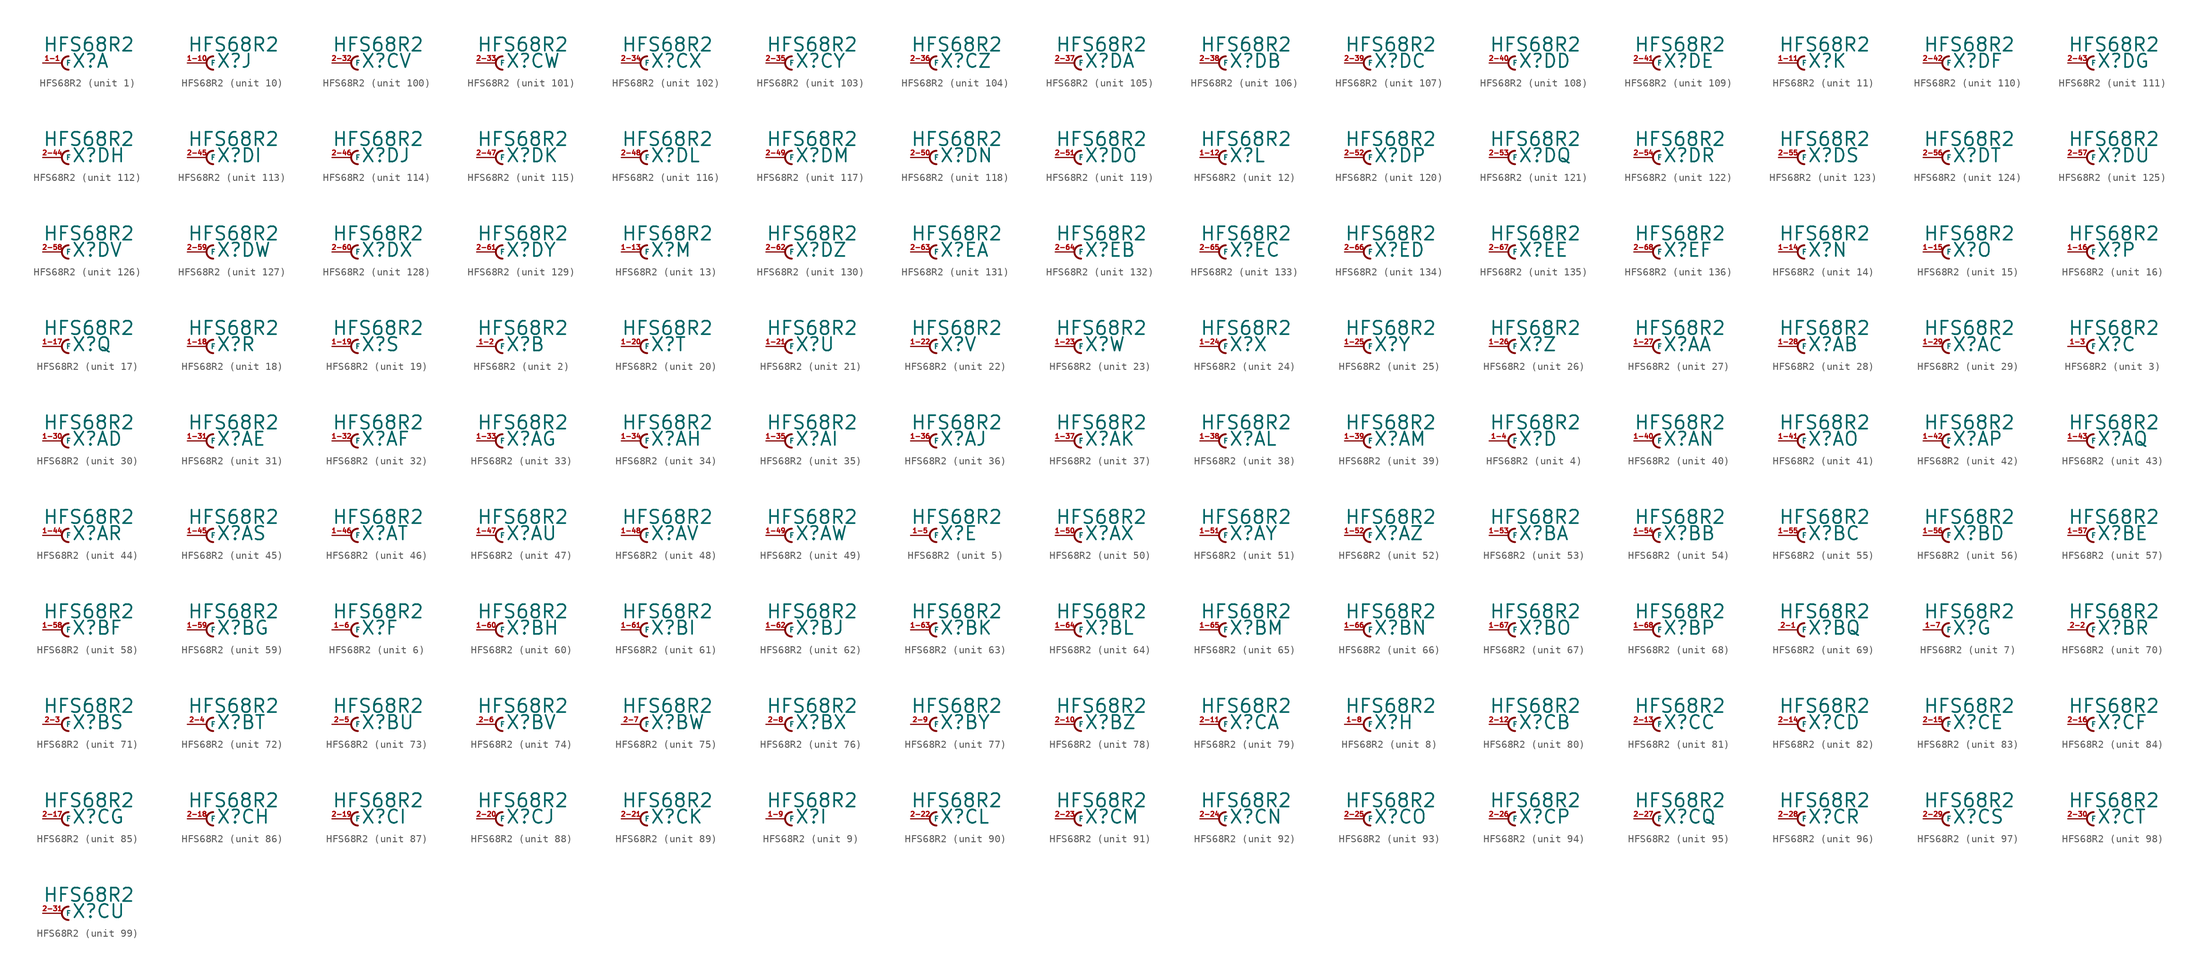
<source format=kicad_sym>
(kicad_symbol_lib
  (version 20220914)
  (generator Eagle2Kicad)
  (symbol "HFS68R2"
    (property "Reference" "X"
      (at 1.27 -0.762 0)
      (effects (font (size 1.778 1.778) (thickness 0.22)) (justify left bottom)))
    (property "Value" "HFS68R2"
      (at -2.54 1.397 0)
      (effects (font (size 1.778 1.778) (thickness 0.22)) (justify left bottom)))
    (symbol "HFS68R2_1_0"
      (arc (start 0.889 0.889) (mid 0.000 0.000) (end 0.889 -0.889) (stroke (width 0.254) (type default)) (fill (type none)))
      (pin passive line (at -2.54 0 0) (length 2.54) (name "F" (effects (font (size 0.635 0.635) (thickness 0.08)) (justify left bottom))) (number "1-1" (effects (font (size 0.635 0.635) (thickness 0.08)) (justify left bottom)))))
    (symbol "HFS68R2_2_0"
      (arc (start 0.889 0.889) (mid 0.000 0.000) (end 0.889 -0.889) (stroke (width 0.254) (type default)) (fill (type none)))
      (pin passive line (at -2.54 0 0) (length 2.54) (name "F" (effects (font (size 0.635 0.635) (thickness 0.08)) (justify left bottom))) (number "1-2" (effects (font (size 0.635 0.635) (thickness 0.08)) (justify left bottom)))))
    (symbol "HFS68R2_3_0"
      (arc (start 0.889 0.889) (mid 0.000 0.000) (end 0.889 -0.889) (stroke (width 0.254) (type default)) (fill (type none)))
      (pin passive line (at -2.54 0 0) (length 2.54) (name "F" (effects (font (size 0.635 0.635) (thickness 0.08)) (justify left bottom))) (number "1-3" (effects (font (size 0.635 0.635) (thickness 0.08)) (justify left bottom)))))
    (symbol "HFS68R2_4_0"
      (arc (start 0.889 0.889) (mid 0.000 0.000) (end 0.889 -0.889) (stroke (width 0.254) (type default)) (fill (type none)))
      (pin passive line (at -2.54 0 0) (length 2.54) (name "F" (effects (font (size 0.635 0.635) (thickness 0.08)) (justify left bottom))) (number "1-4" (effects (font (size 0.635 0.635) (thickness 0.08)) (justify left bottom)))))
    (symbol "HFS68R2_5_0"
      (arc (start 0.889 0.889) (mid 0.000 0.000) (end 0.889 -0.889) (stroke (width 0.254) (type default)) (fill (type none)))
      (pin passive line (at -2.54 0 0) (length 2.54) (name "F" (effects (font (size 0.635 0.635) (thickness 0.08)) (justify left bottom))) (number "1-5" (effects (font (size 0.635 0.635) (thickness 0.08)) (justify left bottom)))))
    (symbol "HFS68R2_6_0"
      (arc (start 0.889 0.889) (mid 0.000 0.000) (end 0.889 -0.889) (stroke (width 0.254) (type default)) (fill (type none)))
      (pin passive line (at -2.54 0 0) (length 2.54) (name "F" (effects (font (size 0.635 0.635) (thickness 0.08)) (justify left bottom))) (number "1-6" (effects (font (size 0.635 0.635) (thickness 0.08)) (justify left bottom)))))
    (symbol "HFS68R2_7_0"
      (arc (start 0.889 0.889) (mid 0.000 0.000) (end 0.889 -0.889) (stroke (width 0.254) (type default)) (fill (type none)))
      (pin passive line (at -2.54 0 0) (length 2.54) (name "F" (effects (font (size 0.635 0.635) (thickness 0.08)) (justify left bottom))) (number "1-7" (effects (font (size 0.635 0.635) (thickness 0.08)) (justify left bottom)))))
    (symbol "HFS68R2_8_0"
      (arc (start 0.889 0.889) (mid 0.000 0.000) (end 0.889 -0.889) (stroke (width 0.254) (type default)) (fill (type none)))
      (pin passive line (at -2.54 0 0) (length 2.54) (name "F" (effects (font (size 0.635 0.635) (thickness 0.08)) (justify left bottom))) (number "1-8" (effects (font (size 0.635 0.635) (thickness 0.08)) (justify left bottom)))))
    (symbol "HFS68R2_9_0"
      (arc (start 0.889 0.889) (mid 0.000 0.000) (end 0.889 -0.889) (stroke (width 0.254) (type default)) (fill (type none)))
      (pin passive line (at -2.54 0 0) (length 2.54) (name "F" (effects (font (size 0.635 0.635) (thickness 0.08)) (justify left bottom))) (number "1-9" (effects (font (size 0.635 0.635) (thickness 0.08)) (justify left bottom)))))
    (symbol "HFS68R2_10_0"
      (arc (start 0.889 0.889) (mid 0.000 0.000) (end 0.889 -0.889) (stroke (width 0.254) (type default)) (fill (type none)))
      (pin passive line (at -2.54 0 0) (length 2.54) (name "F" (effects (font (size 0.635 0.635) (thickness 0.08)) (justify left bottom))) (number "1-10" (effects (font (size 0.635 0.635) (thickness 0.08)) (justify left bottom)))))
    (symbol "HFS68R2_11_0"
      (arc (start 0.889 0.889) (mid 0.000 0.000) (end 0.889 -0.889) (stroke (width 0.254) (type default)) (fill (type none)))
      (pin passive line (at -2.54 0 0) (length 2.54) (name "F" (effects (font (size 0.635 0.635) (thickness 0.08)) (justify left bottom))) (number "1-11" (effects (font (size 0.635 0.635) (thickness 0.08)) (justify left bottom)))))
    (symbol "HFS68R2_12_0"
      (arc (start 0.889 0.889) (mid 0.000 0.000) (end 0.889 -0.889) (stroke (width 0.254) (type default)) (fill (type none)))
      (pin passive line (at -2.54 0 0) (length 2.54) (name "F" (effects (font (size 0.635 0.635) (thickness 0.08)) (justify left bottom))) (number "1-12" (effects (font (size 0.635 0.635) (thickness 0.08)) (justify left bottom)))))
    (symbol "HFS68R2_13_0"
      (arc (start 0.889 0.889) (mid 0.000 0.000) (end 0.889 -0.889) (stroke (width 0.254) (type default)) (fill (type none)))
      (pin passive line (at -2.54 0 0) (length 2.54) (name "F" (effects (font (size 0.635 0.635) (thickness 0.08)) (justify left bottom))) (number "1-13" (effects (font (size 0.635 0.635) (thickness 0.08)) (justify left bottom)))))
    (symbol "HFS68R2_14_0"
      (arc (start 0.889 0.889) (mid 0.000 0.000) (end 0.889 -0.889) (stroke (width 0.254) (type default)) (fill (type none)))
      (pin passive line (at -2.54 0 0) (length 2.54) (name "F" (effects (font (size 0.635 0.635) (thickness 0.08)) (justify left bottom))) (number "1-14" (effects (font (size 0.635 0.635) (thickness 0.08)) (justify left bottom)))))
    (symbol "HFS68R2_15_0"
      (arc (start 0.889 0.889) (mid 0.000 0.000) (end 0.889 -0.889) (stroke (width 0.254) (type default)) (fill (type none)))
      (pin passive line (at -2.54 0 0) (length 2.54) (name "F" (effects (font (size 0.635 0.635) (thickness 0.08)) (justify left bottom))) (number "1-15" (effects (font (size 0.635 0.635) (thickness 0.08)) (justify left bottom)))))
    (symbol "HFS68R2_16_0"
      (arc (start 0.889 0.889) (mid 0.000 0.000) (end 0.889 -0.889) (stroke (width 0.254) (type default)) (fill (type none)))
      (pin passive line (at -2.54 0 0) (length 2.54) (name "F" (effects (font (size 0.635 0.635) (thickness 0.08)) (justify left bottom))) (number "1-16" (effects (font (size 0.635 0.635) (thickness 0.08)) (justify left bottom)))))
    (symbol "HFS68R2_17_0"
      (arc (start 0.889 0.889) (mid 0.000 0.000) (end 0.889 -0.889) (stroke (width 0.254) (type default)) (fill (type none)))
      (pin passive line (at -2.54 0 0) (length 2.54) (name "F" (effects (font (size 0.635 0.635) (thickness 0.08)) (justify left bottom))) (number "1-17" (effects (font (size 0.635 0.635) (thickness 0.08)) (justify left bottom)))))
    (symbol "HFS68R2_18_0"
      (arc (start 0.889 0.889) (mid 0.000 0.000) (end 0.889 -0.889) (stroke (width 0.254) (type default)) (fill (type none)))
      (pin passive line (at -2.54 0 0) (length 2.54) (name "F" (effects (font (size 0.635 0.635) (thickness 0.08)) (justify left bottom))) (number "1-18" (effects (font (size 0.635 0.635) (thickness 0.08)) (justify left bottom)))))
    (symbol "HFS68R2_19_0"
      (arc (start 0.889 0.889) (mid 0.000 0.000) (end 0.889 -0.889) (stroke (width 0.254) (type default)) (fill (type none)))
      (pin passive line (at -2.54 0 0) (length 2.54) (name "F" (effects (font (size 0.635 0.635) (thickness 0.08)) (justify left bottom))) (number "1-19" (effects (font (size 0.635 0.635) (thickness 0.08)) (justify left bottom)))))
    (symbol "HFS68R2_20_0"
      (arc (start 0.889 0.889) (mid 0.000 0.000) (end 0.889 -0.889) (stroke (width 0.254) (type default)) (fill (type none)))
      (pin passive line (at -2.54 0 0) (length 2.54) (name "F" (effects (font (size 0.635 0.635) (thickness 0.08)) (justify left bottom))) (number "1-20" (effects (font (size 0.635 0.635) (thickness 0.08)) (justify left bottom)))))
    (symbol "HFS68R2_21_0"
      (arc (start 0.889 0.889) (mid 0.000 0.000) (end 0.889 -0.889) (stroke (width 0.254) (type default)) (fill (type none)))
      (pin passive line (at -2.54 0 0) (length 2.54) (name "F" (effects (font (size 0.635 0.635) (thickness 0.08)) (justify left bottom))) (number "1-21" (effects (font (size 0.635 0.635) (thickness 0.08)) (justify left bottom)))))
    (symbol "HFS68R2_22_0"
      (arc (start 0.889 0.889) (mid 0.000 0.000) (end 0.889 -0.889) (stroke (width 0.254) (type default)) (fill (type none)))
      (pin passive line (at -2.54 0 0) (length 2.54) (name "F" (effects (font (size 0.635 0.635) (thickness 0.08)) (justify left bottom))) (number "1-22" (effects (font (size 0.635 0.635) (thickness 0.08)) (justify left bottom)))))
    (symbol "HFS68R2_23_0"
      (arc (start 0.889 0.889) (mid 0.000 0.000) (end 0.889 -0.889) (stroke (width 0.254) (type default)) (fill (type none)))
      (pin passive line (at -2.54 0 0) (length 2.54) (name "F" (effects (font (size 0.635 0.635) (thickness 0.08)) (justify left bottom))) (number "1-23" (effects (font (size 0.635 0.635) (thickness 0.08)) (justify left bottom)))))
    (symbol "HFS68R2_24_0"
      (arc (start 0.889 0.889) (mid 0.000 0.000) (end 0.889 -0.889) (stroke (width 0.254) (type default)) (fill (type none)))
      (pin passive line (at -2.54 0 0) (length 2.54) (name "F" (effects (font (size 0.635 0.635) (thickness 0.08)) (justify left bottom))) (number "1-24" (effects (font (size 0.635 0.635) (thickness 0.08)) (justify left bottom)))))
    (symbol "HFS68R2_25_0"
      (arc (start 0.889 0.889) (mid 0.000 0.000) (end 0.889 -0.889) (stroke (width 0.254) (type default)) (fill (type none)))
      (pin passive line (at -2.54 0 0) (length 2.54) (name "F" (effects (font (size 0.635 0.635) (thickness 0.08)) (justify left bottom))) (number "1-25" (effects (font (size 0.635 0.635) (thickness 0.08)) (justify left bottom)))))
    (symbol "HFS68R2_26_0"
      (arc (start 0.889 0.889) (mid 0.000 0.000) (end 0.889 -0.889) (stroke (width 0.254) (type default)) (fill (type none)))
      (pin passive line (at -2.54 0 0) (length 2.54) (name "F" (effects (font (size 0.635 0.635) (thickness 0.08)) (justify left bottom))) (number "1-26" (effects (font (size 0.635 0.635) (thickness 0.08)) (justify left bottom)))))
    (symbol "HFS68R2_27_0"
      (arc (start 0.889 0.889) (mid 0.000 0.000) (end 0.889 -0.889) (stroke (width 0.254) (type default)) (fill (type none)))
      (pin passive line (at -2.54 0 0) (length 2.54) (name "F" (effects (font (size 0.635 0.635) (thickness 0.08)) (justify left bottom))) (number "1-27" (effects (font (size 0.635 0.635) (thickness 0.08)) (justify left bottom)))))
    (symbol "HFS68R2_28_0"
      (arc (start 0.889 0.889) (mid 0.000 0.000) (end 0.889 -0.889) (stroke (width 0.254) (type default)) (fill (type none)))
      (pin passive line (at -2.54 0 0) (length 2.54) (name "F" (effects (font (size 0.635 0.635) (thickness 0.08)) (justify left bottom))) (number "1-28" (effects (font (size 0.635 0.635) (thickness 0.08)) (justify left bottom)))))
    (symbol "HFS68R2_29_0"
      (arc (start 0.889 0.889) (mid 0.000 0.000) (end 0.889 -0.889) (stroke (width 0.254) (type default)) (fill (type none)))
      (pin passive line (at -2.54 0 0) (length 2.54) (name "F" (effects (font (size 0.635 0.635) (thickness 0.08)) (justify left bottom))) (number "1-29" (effects (font (size 0.635 0.635) (thickness 0.08)) (justify left bottom)))))
    (symbol "HFS68R2_30_0"
      (arc (start 0.889 0.889) (mid 0.000 0.000) (end 0.889 -0.889) (stroke (width 0.254) (type default)) (fill (type none)))
      (pin passive line (at -2.54 0 0) (length 2.54) (name "F" (effects (font (size 0.635 0.635) (thickness 0.08)) (justify left bottom))) (number "1-30" (effects (font (size 0.635 0.635) (thickness 0.08)) (justify left bottom)))))
    (symbol "HFS68R2_31_0"
      (arc (start 0.889 0.889) (mid 0.000 0.000) (end 0.889 -0.889) (stroke (width 0.254) (type default)) (fill (type none)))
      (pin passive line (at -2.54 0 0) (length 2.54) (name "F" (effects (font (size 0.635 0.635) (thickness 0.08)) (justify left bottom))) (number "1-31" (effects (font (size 0.635 0.635) (thickness 0.08)) (justify left bottom)))))
    (symbol "HFS68R2_32_0"
      (arc (start 0.889 0.889) (mid 0.000 0.000) (end 0.889 -0.889) (stroke (width 0.254) (type default)) (fill (type none)))
      (pin passive line (at -2.54 0 0) (length 2.54) (name "F" (effects (font (size 0.635 0.635) (thickness 0.08)) (justify left bottom))) (number "1-32" (effects (font (size 0.635 0.635) (thickness 0.08)) (justify left bottom)))))
    (symbol "HFS68R2_33_0"
      (arc (start 0.889 0.889) (mid 0.000 0.000) (end 0.889 -0.889) (stroke (width 0.254) (type default)) (fill (type none)))
      (pin passive line (at -2.54 0 0) (length 2.54) (name "F" (effects (font (size 0.635 0.635) (thickness 0.08)) (justify left bottom))) (number "1-33" (effects (font (size 0.635 0.635) (thickness 0.08)) (justify left bottom)))))
    (symbol "HFS68R2_34_0"
      (arc (start 0.889 0.889) (mid 0.000 0.000) (end 0.889 -0.889) (stroke (width 0.254) (type default)) (fill (type none)))
      (pin passive line (at -2.54 0 0) (length 2.54) (name "F" (effects (font (size 0.635 0.635) (thickness 0.08)) (justify left bottom))) (number "1-34" (effects (font (size 0.635 0.635) (thickness 0.08)) (justify left bottom)))))
    (symbol "HFS68R2_35_0"
      (arc (start 0.889 0.889) (mid 0.000 0.000) (end 0.889 -0.889) (stroke (width 0.254) (type default)) (fill (type none)))
      (pin passive line (at -2.54 0 0) (length 2.54) (name "F" (effects (font (size 0.635 0.635) (thickness 0.08)) (justify left bottom))) (number "1-35" (effects (font (size 0.635 0.635) (thickness 0.08)) (justify left bottom)))))
    (symbol "HFS68R2_36_0"
      (arc (start 0.889 0.889) (mid 0.000 0.000) (end 0.889 -0.889) (stroke (width 0.254) (type default)) (fill (type none)))
      (pin passive line (at -2.54 0 0) (length 2.54) (name "F" (effects (font (size 0.635 0.635) (thickness 0.08)) (justify left bottom))) (number "1-36" (effects (font (size 0.635 0.635) (thickness 0.08)) (justify left bottom)))))
    (symbol "HFS68R2_37_0"
      (arc (start 0.889 0.889) (mid 0.000 0.000) (end 0.889 -0.889) (stroke (width 0.254) (type default)) (fill (type none)))
      (pin passive line (at -2.54 0 0) (length 2.54) (name "F" (effects (font (size 0.635 0.635) (thickness 0.08)) (justify left bottom))) (number "1-37" (effects (font (size 0.635 0.635) (thickness 0.08)) (justify left bottom)))))
    (symbol "HFS68R2_38_0"
      (arc (start 0.889 0.889) (mid 0.000 0.000) (end 0.889 -0.889) (stroke (width 0.254) (type default)) (fill (type none)))
      (pin passive line (at -2.54 0 0) (length 2.54) (name "F" (effects (font (size 0.635 0.635) (thickness 0.08)) (justify left bottom))) (number "1-38" (effects (font (size 0.635 0.635) (thickness 0.08)) (justify left bottom)))))
    (symbol "HFS68R2_39_0"
      (arc (start 0.889 0.889) (mid 0.000 0.000) (end 0.889 -0.889) (stroke (width 0.254) (type default)) (fill (type none)))
      (pin passive line (at -2.54 0 0) (length 2.54) (name "F" (effects (font (size 0.635 0.635) (thickness 0.08)) (justify left bottom))) (number "1-39" (effects (font (size 0.635 0.635) (thickness 0.08)) (justify left bottom)))))
    (symbol "HFS68R2_40_0"
      (arc (start 0.889 0.889) (mid 0.000 0.000) (end 0.889 -0.889) (stroke (width 0.254) (type default)) (fill (type none)))
      (pin passive line (at -2.54 0 0) (length 2.54) (name "F" (effects (font (size 0.635 0.635) (thickness 0.08)) (justify left bottom))) (number "1-40" (effects (font (size 0.635 0.635) (thickness 0.08)) (justify left bottom)))))
    (symbol "HFS68R2_41_0"
      (arc (start 0.889 0.889) (mid 0.000 0.000) (end 0.889 -0.889) (stroke (width 0.254) (type default)) (fill (type none)))
      (pin passive line (at -2.54 0 0) (length 2.54) (name "F" (effects (font (size 0.635 0.635) (thickness 0.08)) (justify left bottom))) (number "1-41" (effects (font (size 0.635 0.635) (thickness 0.08)) (justify left bottom)))))
    (symbol "HFS68R2_42_0"
      (arc (start 0.889 0.889) (mid 0.000 0.000) (end 0.889 -0.889) (stroke (width 0.254) (type default)) (fill (type none)))
      (pin passive line (at -2.54 0 0) (length 2.54) (name "F" (effects (font (size 0.635 0.635) (thickness 0.08)) (justify left bottom))) (number "1-42" (effects (font (size 0.635 0.635) (thickness 0.08)) (justify left bottom)))))
    (symbol "HFS68R2_43_0"
      (arc (start 0.889 0.889) (mid 0.000 0.000) (end 0.889 -0.889) (stroke (width 0.254) (type default)) (fill (type none)))
      (pin passive line (at -2.54 0 0) (length 2.54) (name "F" (effects (font (size 0.635 0.635) (thickness 0.08)) (justify left bottom))) (number "1-43" (effects (font (size 0.635 0.635) (thickness 0.08)) (justify left bottom)))))
    (symbol "HFS68R2_44_0"
      (arc (start 0.889 0.889) (mid 0.000 0.000) (end 0.889 -0.889) (stroke (width 0.254) (type default)) (fill (type none)))
      (pin passive line (at -2.54 0 0) (length 2.54) (name "F" (effects (font (size 0.635 0.635) (thickness 0.08)) (justify left bottom))) (number "1-44" (effects (font (size 0.635 0.635) (thickness 0.08)) (justify left bottom)))))
    (symbol "HFS68R2_45_0"
      (arc (start 0.889 0.889) (mid 0.000 0.000) (end 0.889 -0.889) (stroke (width 0.254) (type default)) (fill (type none)))
      (pin passive line (at -2.54 0 0) (length 2.54) (name "F" (effects (font (size 0.635 0.635) (thickness 0.08)) (justify left bottom))) (number "1-45" (effects (font (size 0.635 0.635) (thickness 0.08)) (justify left bottom)))))
    (symbol "HFS68R2_46_0"
      (arc (start 0.889 0.889) (mid 0.000 0.000) (end 0.889 -0.889) (stroke (width 0.254) (type default)) (fill (type none)))
      (pin passive line (at -2.54 0 0) (length 2.54) (name "F" (effects (font (size 0.635 0.635) (thickness 0.08)) (justify left bottom))) (number "1-46" (effects (font (size 0.635 0.635) (thickness 0.08)) (justify left bottom)))))
    (symbol "HFS68R2_47_0"
      (arc (start 0.889 0.889) (mid 0.000 0.000) (end 0.889 -0.889) (stroke (width 0.254) (type default)) (fill (type none)))
      (pin passive line (at -2.54 0 0) (length 2.54) (name "F" (effects (font (size 0.635 0.635) (thickness 0.08)) (justify left bottom))) (number "1-47" (effects (font (size 0.635 0.635) (thickness 0.08)) (justify left bottom)))))
    (symbol "HFS68R2_48_0"
      (arc (start 0.889 0.889) (mid 0.000 0.000) (end 0.889 -0.889) (stroke (width 0.254) (type default)) (fill (type none)))
      (pin passive line (at -2.54 0 0) (length 2.54) (name "F" (effects (font (size 0.635 0.635) (thickness 0.08)) (justify left bottom))) (number "1-48" (effects (font (size 0.635 0.635) (thickness 0.08)) (justify left bottom)))))
    (symbol "HFS68R2_49_0"
      (arc (start 0.889 0.889) (mid 0.000 0.000) (end 0.889 -0.889) (stroke (width 0.254) (type default)) (fill (type none)))
      (pin passive line (at -2.54 0 0) (length 2.54) (name "F" (effects (font (size 0.635 0.635) (thickness 0.08)) (justify left bottom))) (number "1-49" (effects (font (size 0.635 0.635) (thickness 0.08)) (justify left bottom)))))
    (symbol "HFS68R2_50_0"
      (arc (start 0.889 0.889) (mid 0.000 0.000) (end 0.889 -0.889) (stroke (width 0.254) (type default)) (fill (type none)))
      (pin passive line (at -2.54 0 0) (length 2.54) (name "F" (effects (font (size 0.635 0.635) (thickness 0.08)) (justify left bottom))) (number "1-50" (effects (font (size 0.635 0.635) (thickness 0.08)) (justify left bottom)))))
    (symbol "HFS68R2_51_0"
      (arc (start 0.889 0.889) (mid 0.000 0.000) (end 0.889 -0.889) (stroke (width 0.254) (type default)) (fill (type none)))
      (pin passive line (at -2.54 0 0) (length 2.54) (name "F" (effects (font (size 0.635 0.635) (thickness 0.08)) (justify left bottom))) (number "1-51" (effects (font (size 0.635 0.635) (thickness 0.08)) (justify left bottom)))))
    (symbol "HFS68R2_52_0"
      (arc (start 0.889 0.889) (mid 0.000 0.000) (end 0.889 -0.889) (stroke (width 0.254) (type default)) (fill (type none)))
      (pin passive line (at -2.54 0 0) (length 2.54) (name "F" (effects (font (size 0.635 0.635) (thickness 0.08)) (justify left bottom))) (number "1-52" (effects (font (size 0.635 0.635) (thickness 0.08)) (justify left bottom)))))
    (symbol "HFS68R2_53_0"
      (arc (start 0.889 0.889) (mid 0.000 0.000) (end 0.889 -0.889) (stroke (width 0.254) (type default)) (fill (type none)))
      (pin passive line (at -2.54 0 0) (length 2.54) (name "F" (effects (font (size 0.635 0.635) (thickness 0.08)) (justify left bottom))) (number "1-53" (effects (font (size 0.635 0.635) (thickness 0.08)) (justify left bottom)))))
    (symbol "HFS68R2_54_0"
      (arc (start 0.889 0.889) (mid 0.000 0.000) (end 0.889 -0.889) (stroke (width 0.254) (type default)) (fill (type none)))
      (pin passive line (at -2.54 0 0) (length 2.54) (name "F" (effects (font (size 0.635 0.635) (thickness 0.08)) (justify left bottom))) (number "1-54" (effects (font (size 0.635 0.635) (thickness 0.08)) (justify left bottom)))))
    (symbol "HFS68R2_55_0"
      (arc (start 0.889 0.889) (mid 0.000 0.000) (end 0.889 -0.889) (stroke (width 0.254) (type default)) (fill (type none)))
      (pin passive line (at -2.54 0 0) (length 2.54) (name "F" (effects (font (size 0.635 0.635) (thickness 0.08)) (justify left bottom))) (number "1-55" (effects (font (size 0.635 0.635) (thickness 0.08)) (justify left bottom)))))
    (symbol "HFS68R2_56_0"
      (arc (start 0.889 0.889) (mid 0.000 0.000) (end 0.889 -0.889) (stroke (width 0.254) (type default)) (fill (type none)))
      (pin passive line (at -2.54 0 0) (length 2.54) (name "F" (effects (font (size 0.635 0.635) (thickness 0.08)) (justify left bottom))) (number "1-56" (effects (font (size 0.635 0.635) (thickness 0.08)) (justify left bottom)))))
    (symbol "HFS68R2_57_0"
      (arc (start 0.889 0.889) (mid 0.000 0.000) (end 0.889 -0.889) (stroke (width 0.254) (type default)) (fill (type none)))
      (pin passive line (at -2.54 0 0) (length 2.54) (name "F" (effects (font (size 0.635 0.635) (thickness 0.08)) (justify left bottom))) (number "1-57" (effects (font (size 0.635 0.635) (thickness 0.08)) (justify left bottom)))))
    (symbol "HFS68R2_58_0"
      (arc (start 0.889 0.889) (mid 0.000 0.000) (end 0.889 -0.889) (stroke (width 0.254) (type default)) (fill (type none)))
      (pin passive line (at -2.54 0 0) (length 2.54) (name "F" (effects (font (size 0.635 0.635) (thickness 0.08)) (justify left bottom))) (number "1-58" (effects (font (size 0.635 0.635) (thickness 0.08)) (justify left bottom)))))
    (symbol "HFS68R2_59_0"
      (arc (start 0.889 0.889) (mid 0.000 0.000) (end 0.889 -0.889) (stroke (width 0.254) (type default)) (fill (type none)))
      (pin passive line (at -2.54 0 0) (length 2.54) (name "F" (effects (font (size 0.635 0.635) (thickness 0.08)) (justify left bottom))) (number "1-59" (effects (font (size 0.635 0.635) (thickness 0.08)) (justify left bottom)))))
    (symbol "HFS68R2_60_0"
      (arc (start 0.889 0.889) (mid 0.000 0.000) (end 0.889 -0.889) (stroke (width 0.254) (type default)) (fill (type none)))
      (pin passive line (at -2.54 0 0) (length 2.54) (name "F" (effects (font (size 0.635 0.635) (thickness 0.08)) (justify left bottom))) (number "1-60" (effects (font (size 0.635 0.635) (thickness 0.08)) (justify left bottom)))))
    (symbol "HFS68R2_61_0"
      (arc (start 0.889 0.889) (mid 0.000 0.000) (end 0.889 -0.889) (stroke (width 0.254) (type default)) (fill (type none)))
      (pin passive line (at -2.54 0 0) (length 2.54) (name "F" (effects (font (size 0.635 0.635) (thickness 0.08)) (justify left bottom))) (number "1-61" (effects (font (size 0.635 0.635) (thickness 0.08)) (justify left bottom)))))
    (symbol "HFS68R2_62_0"
      (arc (start 0.889 0.889) (mid 0.000 0.000) (end 0.889 -0.889) (stroke (width 0.254) (type default)) (fill (type none)))
      (pin passive line (at -2.54 0 0) (length 2.54) (name "F" (effects (font (size 0.635 0.635) (thickness 0.08)) (justify left bottom))) (number "1-62" (effects (font (size 0.635 0.635) (thickness 0.08)) (justify left bottom)))))
    (symbol "HFS68R2_63_0"
      (arc (start 0.889 0.889) (mid 0.000 0.000) (end 0.889 -0.889) (stroke (width 0.254) (type default)) (fill (type none)))
      (pin passive line (at -2.54 0 0) (length 2.54) (name "F" (effects (font (size 0.635 0.635) (thickness 0.08)) (justify left bottom))) (number "1-63" (effects (font (size 0.635 0.635) (thickness 0.08)) (justify left bottom)))))
    (symbol "HFS68R2_64_0"
      (arc (start 0.889 0.889) (mid 0.000 0.000) (end 0.889 -0.889) (stroke (width 0.254) (type default)) (fill (type none)))
      (pin passive line (at -2.54 0 0) (length 2.54) (name "F" (effects (font (size 0.635 0.635) (thickness 0.08)) (justify left bottom))) (number "1-64" (effects (font (size 0.635 0.635) (thickness 0.08)) (justify left bottom)))))
    (symbol "HFS68R2_65_0"
      (arc (start 0.889 0.889) (mid 0.000 0.000) (end 0.889 -0.889) (stroke (width 0.254) (type default)) (fill (type none)))
      (pin passive line (at -2.54 0 0) (length 2.54) (name "F" (effects (font (size 0.635 0.635) (thickness 0.08)) (justify left bottom))) (number "1-65" (effects (font (size 0.635 0.635) (thickness 0.08)) (justify left bottom)))))
    (symbol "HFS68R2_66_0"
      (arc (start 0.889 0.889) (mid 0.000 0.000) (end 0.889 -0.889) (stroke (width 0.254) (type default)) (fill (type none)))
      (pin passive line (at -2.54 0 0) (length 2.54) (name "F" (effects (font (size 0.635 0.635) (thickness 0.08)) (justify left bottom))) (number "1-66" (effects (font (size 0.635 0.635) (thickness 0.08)) (justify left bottom)))))
    (symbol "HFS68R2_67_0"
      (arc (start 0.889 0.889) (mid 0.000 0.000) (end 0.889 -0.889) (stroke (width 0.254) (type default)) (fill (type none)))
      (pin passive line (at -2.54 0 0) (length 2.54) (name "F" (effects (font (size 0.635 0.635) (thickness 0.08)) (justify left bottom))) (number "1-67" (effects (font (size 0.635 0.635) (thickness 0.08)) (justify left bottom)))))
    (symbol "HFS68R2_68_0"
      (arc (start 0.889 0.889) (mid 0.000 0.000) (end 0.889 -0.889) (stroke (width 0.254) (type default)) (fill (type none)))
      (pin passive line (at -2.54 0 0) (length 2.54) (name "F" (effects (font (size 0.635 0.635) (thickness 0.08)) (justify left bottom))) (number "1-68" (effects (font (size 0.635 0.635) (thickness 0.08)) (justify left bottom)))))
    (symbol "HFS68R2_69_0"
      (arc (start 0.889 0.889) (mid 0.000 0.000) (end 0.889 -0.889) (stroke (width 0.254) (type default)) (fill (type none)))
      (pin passive line (at -2.54 0 0) (length 2.54) (name "F" (effects (font (size 0.635 0.635) (thickness 0.08)) (justify left bottom))) (number "2-1" (effects (font (size 0.635 0.635) (thickness 0.08)) (justify left bottom)))))
    (symbol "HFS68R2_70_0"
      (arc (start 0.889 0.889) (mid 0.000 0.000) (end 0.889 -0.889) (stroke (width 0.254) (type default)) (fill (type none)))
      (pin passive line (at -2.54 0 0) (length 2.54) (name "F" (effects (font (size 0.635 0.635) (thickness 0.08)) (justify left bottom))) (number "2-2" (effects (font (size 0.635 0.635) (thickness 0.08)) (justify left bottom)))))
    (symbol "HFS68R2_71_0"
      (arc (start 0.889 0.889) (mid 0.000 0.000) (end 0.889 -0.889) (stroke (width 0.254) (type default)) (fill (type none)))
      (pin passive line (at -2.54 0 0) (length 2.54) (name "F" (effects (font (size 0.635 0.635) (thickness 0.08)) (justify left bottom))) (number "2-3" (effects (font (size 0.635 0.635) (thickness 0.08)) (justify left bottom)))))
    (symbol "HFS68R2_72_0"
      (arc (start 0.889 0.889) (mid 0.000 0.000) (end 0.889 -0.889) (stroke (width 0.254) (type default)) (fill (type none)))
      (pin passive line (at -2.54 0 0) (length 2.54) (name "F" (effects (font (size 0.635 0.635) (thickness 0.08)) (justify left bottom))) (number "2-4" (effects (font (size 0.635 0.635) (thickness 0.08)) (justify left bottom)))))
    (symbol "HFS68R2_73_0"
      (arc (start 0.889 0.889) (mid 0.000 0.000) (end 0.889 -0.889) (stroke (width 0.254) (type default)) (fill (type none)))
      (pin passive line (at -2.54 0 0) (length 2.54) (name "F" (effects (font (size 0.635 0.635) (thickness 0.08)) (justify left bottom))) (number "2-5" (effects (font (size 0.635 0.635) (thickness 0.08)) (justify left bottom)))))
    (symbol "HFS68R2_74_0"
      (arc (start 0.889 0.889) (mid 0.000 0.000) (end 0.889 -0.889) (stroke (width 0.254) (type default)) (fill (type none)))
      (pin passive line (at -2.54 0 0) (length 2.54) (name "F" (effects (font (size 0.635 0.635) (thickness 0.08)) (justify left bottom))) (number "2-6" (effects (font (size 0.635 0.635) (thickness 0.08)) (justify left bottom)))))
    (symbol "HFS68R2_75_0"
      (arc (start 0.889 0.889) (mid 0.000 0.000) (end 0.889 -0.889) (stroke (width 0.254) (type default)) (fill (type none)))
      (pin passive line (at -2.54 0 0) (length 2.54) (name "F" (effects (font (size 0.635 0.635) (thickness 0.08)) (justify left bottom))) (number "2-7" (effects (font (size 0.635 0.635) (thickness 0.08)) (justify left bottom)))))
    (symbol "HFS68R2_76_0"
      (arc (start 0.889 0.889) (mid 0.000 0.000) (end 0.889 -0.889) (stroke (width 0.254) (type default)) (fill (type none)))
      (pin passive line (at -2.54 0 0) (length 2.54) (name "F" (effects (font (size 0.635 0.635) (thickness 0.08)) (justify left bottom))) (number "2-8" (effects (font (size 0.635 0.635) (thickness 0.08)) (justify left bottom)))))
    (symbol "HFS68R2_77_0"
      (arc (start 0.889 0.889) (mid 0.000 0.000) (end 0.889 -0.889) (stroke (width 0.254) (type default)) (fill (type none)))
      (pin passive line (at -2.54 0 0) (length 2.54) (name "F" (effects (font (size 0.635 0.635) (thickness 0.08)) (justify left bottom))) (number "2-9" (effects (font (size 0.635 0.635) (thickness 0.08)) (justify left bottom)))))
    (symbol "HFS68R2_78_0"
      (arc (start 0.889 0.889) (mid 0.000 0.000) (end 0.889 -0.889) (stroke (width 0.254) (type default)) (fill (type none)))
      (pin passive line (at -2.54 0 0) (length 2.54) (name "F" (effects (font (size 0.635 0.635) (thickness 0.08)) (justify left bottom))) (number "2-10" (effects (font (size 0.635 0.635) (thickness 0.08)) (justify left bottom)))))
    (symbol "HFS68R2_79_0"
      (arc (start 0.889 0.889) (mid 0.000 0.000) (end 0.889 -0.889) (stroke (width 0.254) (type default)) (fill (type none)))
      (pin passive line (at -2.54 0 0) (length 2.54) (name "F" (effects (font (size 0.635 0.635) (thickness 0.08)) (justify left bottom))) (number "2-11" (effects (font (size 0.635 0.635) (thickness 0.08)) (justify left bottom)))))
    (symbol "HFS68R2_80_0"
      (arc (start 0.889 0.889) (mid 0.000 0.000) (end 0.889 -0.889) (stroke (width 0.254) (type default)) (fill (type none)))
      (pin passive line (at -2.54 0 0) (length 2.54) (name "F" (effects (font (size 0.635 0.635) (thickness 0.08)) (justify left bottom))) (number "2-12" (effects (font (size 0.635 0.635) (thickness 0.08)) (justify left bottom)))))
    (symbol "HFS68R2_81_0"
      (arc (start 0.889 0.889) (mid 0.000 0.000) (end 0.889 -0.889) (stroke (width 0.254) (type default)) (fill (type none)))
      (pin passive line (at -2.54 0 0) (length 2.54) (name "F" (effects (font (size 0.635 0.635) (thickness 0.08)) (justify left bottom))) (number "2-13" (effects (font (size 0.635 0.635) (thickness 0.08)) (justify left bottom)))))
    (symbol "HFS68R2_82_0"
      (arc (start 0.889 0.889) (mid 0.000 0.000) (end 0.889 -0.889) (stroke (width 0.254) (type default)) (fill (type none)))
      (pin passive line (at -2.54 0 0) (length 2.54) (name "F" (effects (font (size 0.635 0.635) (thickness 0.08)) (justify left bottom))) (number "2-14" (effects (font (size 0.635 0.635) (thickness 0.08)) (justify left bottom)))))
    (symbol "HFS68R2_83_0"
      (arc (start 0.889 0.889) (mid 0.000 0.000) (end 0.889 -0.889) (stroke (width 0.254) (type default)) (fill (type none)))
      (pin passive line (at -2.54 0 0) (length 2.54) (name "F" (effects (font (size 0.635 0.635) (thickness 0.08)) (justify left bottom))) (number "2-15" (effects (font (size 0.635 0.635) (thickness 0.08)) (justify left bottom)))))
    (symbol "HFS68R2_84_0"
      (arc (start 0.889 0.889) (mid 0.000 0.000) (end 0.889 -0.889) (stroke (width 0.254) (type default)) (fill (type none)))
      (pin passive line (at -2.54 0 0) (length 2.54) (name "F" (effects (font (size 0.635 0.635) (thickness 0.08)) (justify left bottom))) (number "2-16" (effects (font (size 0.635 0.635) (thickness 0.08)) (justify left bottom)))))
    (symbol "HFS68R2_85_0"
      (arc (start 0.889 0.889) (mid 0.000 0.000) (end 0.889 -0.889) (stroke (width 0.254) (type default)) (fill (type none)))
      (pin passive line (at -2.54 0 0) (length 2.54) (name "F" (effects (font (size 0.635 0.635) (thickness 0.08)) (justify left bottom))) (number "2-17" (effects (font (size 0.635 0.635) (thickness 0.08)) (justify left bottom)))))
    (symbol "HFS68R2_86_0"
      (arc (start 0.889 0.889) (mid 0.000 0.000) (end 0.889 -0.889) (stroke (width 0.254) (type default)) (fill (type none)))
      (pin passive line (at -2.54 0 0) (length 2.54) (name "F" (effects (font (size 0.635 0.635) (thickness 0.08)) (justify left bottom))) (number "2-18" (effects (font (size 0.635 0.635) (thickness 0.08)) (justify left bottom)))))
    (symbol "HFS68R2_87_0"
      (arc (start 0.889 0.889) (mid 0.000 0.000) (end 0.889 -0.889) (stroke (width 0.254) (type default)) (fill (type none)))
      (pin passive line (at -2.54 0 0) (length 2.54) (name "F" (effects (font (size 0.635 0.635) (thickness 0.08)) (justify left bottom))) (number "2-19" (effects (font (size 0.635 0.635) (thickness 0.08)) (justify left bottom)))))
    (symbol "HFS68R2_88_0"
      (arc (start 0.889 0.889) (mid 0.000 0.000) (end 0.889 -0.889) (stroke (width 0.254) (type default)) (fill (type none)))
      (pin passive line (at -2.54 0 0) (length 2.54) (name "F" (effects (font (size 0.635 0.635) (thickness 0.08)) (justify left bottom))) (number "2-20" (effects (font (size 0.635 0.635) (thickness 0.08)) (justify left bottom)))))
    (symbol "HFS68R2_89_0"
      (arc (start 0.889 0.889) (mid 0.000 0.000) (end 0.889 -0.889) (stroke (width 0.254) (type default)) (fill (type none)))
      (pin passive line (at -2.54 0 0) (length 2.54) (name "F" (effects (font (size 0.635 0.635) (thickness 0.08)) (justify left bottom))) (number "2-21" (effects (font (size 0.635 0.635) (thickness 0.08)) (justify left bottom)))))
    (symbol "HFS68R2_90_0"
      (arc (start 0.889 0.889) (mid 0.000 0.000) (end 0.889 -0.889) (stroke (width 0.254) (type default)) (fill (type none)))
      (pin passive line (at -2.54 0 0) (length 2.54) (name "F" (effects (font (size 0.635 0.635) (thickness 0.08)) (justify left bottom))) (number "2-22" (effects (font (size 0.635 0.635) (thickness 0.08)) (justify left bottom)))))
    (symbol "HFS68R2_91_0"
      (arc (start 0.889 0.889) (mid 0.000 0.000) (end 0.889 -0.889) (stroke (width 0.254) (type default)) (fill (type none)))
      (pin passive line (at -2.54 0 0) (length 2.54) (name "F" (effects (font (size 0.635 0.635) (thickness 0.08)) (justify left bottom))) (number "2-23" (effects (font (size 0.635 0.635) (thickness 0.08)) (justify left bottom)))))
    (symbol "HFS68R2_92_0"
      (arc (start 0.889 0.889) (mid 0.000 0.000) (end 0.889 -0.889) (stroke (width 0.254) (type default)) (fill (type none)))
      (pin passive line (at -2.54 0 0) (length 2.54) (name "F" (effects (font (size 0.635 0.635) (thickness 0.08)) (justify left bottom))) (number "2-24" (effects (font (size 0.635 0.635) (thickness 0.08)) (justify left bottom)))))
    (symbol "HFS68R2_93_0"
      (arc (start 0.889 0.889) (mid 0.000 0.000) (end 0.889 -0.889) (stroke (width 0.254) (type default)) (fill (type none)))
      (pin passive line (at -2.54 0 0) (length 2.54) (name "F" (effects (font (size 0.635 0.635) (thickness 0.08)) (justify left bottom))) (number "2-25" (effects (font (size 0.635 0.635) (thickness 0.08)) (justify left bottom)))))
    (symbol "HFS68R2_94_0"
      (arc (start 0.889 0.889) (mid 0.000 0.000) (end 0.889 -0.889) (stroke (width 0.254) (type default)) (fill (type none)))
      (pin passive line (at -2.54 0 0) (length 2.54) (name "F" (effects (font (size 0.635 0.635) (thickness 0.08)) (justify left bottom))) (number "2-26" (effects (font (size 0.635 0.635) (thickness 0.08)) (justify left bottom)))))
    (symbol "HFS68R2_95_0"
      (arc (start 0.889 0.889) (mid 0.000 0.000) (end 0.889 -0.889) (stroke (width 0.254) (type default)) (fill (type none)))
      (pin passive line (at -2.54 0 0) (length 2.54) (name "F" (effects (font (size 0.635 0.635) (thickness 0.08)) (justify left bottom))) (number "2-27" (effects (font (size 0.635 0.635) (thickness 0.08)) (justify left bottom)))))
    (symbol "HFS68R2_96_0"
      (arc (start 0.889 0.889) (mid 0.000 0.000) (end 0.889 -0.889) (stroke (width 0.254) (type default)) (fill (type none)))
      (pin passive line (at -2.54 0 0) (length 2.54) (name "F" (effects (font (size 0.635 0.635) (thickness 0.08)) (justify left bottom))) (number "2-28" (effects (font (size 0.635 0.635) (thickness 0.08)) (justify left bottom)))))
    (symbol "HFS68R2_97_0"
      (arc (start 0.889 0.889) (mid 0.000 0.000) (end 0.889 -0.889) (stroke (width 0.254) (type default)) (fill (type none)))
      (pin passive line (at -2.54 0 0) (length 2.54) (name "F" (effects (font (size 0.635 0.635) (thickness 0.08)) (justify left bottom))) (number "2-29" (effects (font (size 0.635 0.635) (thickness 0.08)) (justify left bottom)))))
    (symbol "HFS68R2_98_0"
      (arc (start 0.889 0.889) (mid 0.000 0.000) (end 0.889 -0.889) (stroke (width 0.254) (type default)) (fill (type none)))
      (pin passive line (at -2.54 0 0) (length 2.54) (name "F" (effects (font (size 0.635 0.635) (thickness 0.08)) (justify left bottom))) (number "2-30" (effects (font (size 0.635 0.635) (thickness 0.08)) (justify left bottom)))))
    (symbol "HFS68R2_99_0"
      (arc (start 0.889 0.889) (mid 0.000 0.000) (end 0.889 -0.889) (stroke (width 0.254) (type default)) (fill (type none)))
      (pin passive line (at -2.54 0 0) (length 2.54) (name "F" (effects (font (size 0.635 0.635) (thickness 0.08)) (justify left bottom))) (number "2-31" (effects (font (size 0.635 0.635) (thickness 0.08)) (justify left bottom)))))
    (symbol "HFS68R2_100_0"
      (arc (start 0.889 0.889) (mid 0.000 0.000) (end 0.889 -0.889) (stroke (width 0.254) (type default)) (fill (type none)))
      (pin passive line (at -2.54 0 0) (length 2.54) (name "F" (effects (font (size 0.635 0.635) (thickness 0.08)) (justify left bottom))) (number "2-32" (effects (font (size 0.635 0.635) (thickness 0.08)) (justify left bottom)))))
    (symbol "HFS68R2_101_0"
      (arc (start 0.889 0.889) (mid 0.000 0.000) (end 0.889 -0.889) (stroke (width 0.254) (type default)) (fill (type none)))
      (pin passive line (at -2.54 0 0) (length 2.54) (name "F" (effects (font (size 0.635 0.635) (thickness 0.08)) (justify left bottom))) (number "2-33" (effects (font (size 0.635 0.635) (thickness 0.08)) (justify left bottom)))))
    (symbol "HFS68R2_102_0"
      (arc (start 0.889 0.889) (mid 0.000 0.000) (end 0.889 -0.889) (stroke (width 0.254) (type default)) (fill (type none)))
      (pin passive line (at -2.54 0 0) (length 2.54) (name "F" (effects (font (size 0.635 0.635) (thickness 0.08)) (justify left bottom))) (number "2-34" (effects (font (size 0.635 0.635) (thickness 0.08)) (justify left bottom)))))
    (symbol "HFS68R2_103_0"
      (arc (start 0.889 0.889) (mid 0.000 0.000) (end 0.889 -0.889) (stroke (width 0.254) (type default)) (fill (type none)))
      (pin passive line (at -2.54 0 0) (length 2.54) (name "F" (effects (font (size 0.635 0.635) (thickness 0.08)) (justify left bottom))) (number "2-35" (effects (font (size 0.635 0.635) (thickness 0.08)) (justify left bottom)))))
    (symbol "HFS68R2_104_0"
      (arc (start 0.889 0.889) (mid 0.000 0.000) (end 0.889 -0.889) (stroke (width 0.254) (type default)) (fill (type none)))
      (pin passive line (at -2.54 0 0) (length 2.54) (name "F" (effects (font (size 0.635 0.635) (thickness 0.08)) (justify left bottom))) (number "2-36" (effects (font (size 0.635 0.635) (thickness 0.08)) (justify left bottom)))))
    (symbol "HFS68R2_105_0"
      (arc (start 0.889 0.889) (mid 0.000 0.000) (end 0.889 -0.889) (stroke (width 0.254) (type default)) (fill (type none)))
      (pin passive line (at -2.54 0 0) (length 2.54) (name "F" (effects (font (size 0.635 0.635) (thickness 0.08)) (justify left bottom))) (number "2-37" (effects (font (size 0.635 0.635) (thickness 0.08)) (justify left bottom)))))
    (symbol "HFS68R2_106_0"
      (arc (start 0.889 0.889) (mid 0.000 0.000) (end 0.889 -0.889) (stroke (width 0.254) (type default)) (fill (type none)))
      (pin passive line (at -2.54 0 0) (length 2.54) (name "F" (effects (font (size 0.635 0.635) (thickness 0.08)) (justify left bottom))) (number "2-38" (effects (font (size 0.635 0.635) (thickness 0.08)) (justify left bottom)))))
    (symbol "HFS68R2_107_0"
      (arc (start 0.889 0.889) (mid 0.000 0.000) (end 0.889 -0.889) (stroke (width 0.254) (type default)) (fill (type none)))
      (pin passive line (at -2.54 0 0) (length 2.54) (name "F" (effects (font (size 0.635 0.635) (thickness 0.08)) (justify left bottom))) (number "2-39" (effects (font (size 0.635 0.635) (thickness 0.08)) (justify left bottom)))))
    (symbol "HFS68R2_108_0"
      (arc (start 0.889 0.889) (mid 0.000 0.000) (end 0.889 -0.889) (stroke (width 0.254) (type default)) (fill (type none)))
      (pin passive line (at -2.54 0 0) (length 2.54) (name "F" (effects (font (size 0.635 0.635) (thickness 0.08)) (justify left bottom))) (number "2-40" (effects (font (size 0.635 0.635) (thickness 0.08)) (justify left bottom)))))
    (symbol "HFS68R2_109_0"
      (arc (start 0.889 0.889) (mid 0.000 0.000) (end 0.889 -0.889) (stroke (width 0.254) (type default)) (fill (type none)))
      (pin passive line (at -2.54 0 0) (length 2.54) (name "F" (effects (font (size 0.635 0.635) (thickness 0.08)) (justify left bottom))) (number "2-41" (effects (font (size 0.635 0.635) (thickness 0.08)) (justify left bottom)))))
    (symbol "HFS68R2_110_0"
      (arc (start 0.889 0.889) (mid 0.000 0.000) (end 0.889 -0.889) (stroke (width 0.254) (type default)) (fill (type none)))
      (pin passive line (at -2.54 0 0) (length 2.54) (name "F" (effects (font (size 0.635 0.635) (thickness 0.08)) (justify left bottom))) (number "2-42" (effects (font (size 0.635 0.635) (thickness 0.08)) (justify left bottom)))))
    (symbol "HFS68R2_111_0"
      (arc (start 0.889 0.889) (mid 0.000 0.000) (end 0.889 -0.889) (stroke (width 0.254) (type default)) (fill (type none)))
      (pin passive line (at -2.54 0 0) (length 2.54) (name "F" (effects (font (size 0.635 0.635) (thickness 0.08)) (justify left bottom))) (number "2-43" (effects (font (size 0.635 0.635) (thickness 0.08)) (justify left bottom)))))
    (symbol "HFS68R2_112_0"
      (arc (start 0.889 0.889) (mid 0.000 0.000) (end 0.889 -0.889) (stroke (width 0.254) (type default)) (fill (type none)))
      (pin passive line (at -2.54 0 0) (length 2.54) (name "F" (effects (font (size 0.635 0.635) (thickness 0.08)) (justify left bottom))) (number "2-44" (effects (font (size 0.635 0.635) (thickness 0.08)) (justify left bottom)))))
    (symbol "HFS68R2_113_0"
      (arc (start 0.889 0.889) (mid 0.000 0.000) (end 0.889 -0.889) (stroke (width 0.254) (type default)) (fill (type none)))
      (pin passive line (at -2.54 0 0) (length 2.54) (name "F" (effects (font (size 0.635 0.635) (thickness 0.08)) (justify left bottom))) (number "2-45" (effects (font (size 0.635 0.635) (thickness 0.08)) (justify left bottom)))))
    (symbol "HFS68R2_114_0"
      (arc (start 0.889 0.889) (mid 0.000 0.000) (end 0.889 -0.889) (stroke (width 0.254) (type default)) (fill (type none)))
      (pin passive line (at -2.54 0 0) (length 2.54) (name "F" (effects (font (size 0.635 0.635) (thickness 0.08)) (justify left bottom))) (number "2-46" (effects (font (size 0.635 0.635) (thickness 0.08)) (justify left bottom)))))
    (symbol "HFS68R2_115_0"
      (arc (start 0.889 0.889) (mid 0.000 0.000) (end 0.889 -0.889) (stroke (width 0.254) (type default)) (fill (type none)))
      (pin passive line (at -2.54 0 0) (length 2.54) (name "F" (effects (font (size 0.635 0.635) (thickness 0.08)) (justify left bottom))) (number "2-47" (effects (font (size 0.635 0.635) (thickness 0.08)) (justify left bottom)))))
    (symbol "HFS68R2_116_0"
      (arc (start 0.889 0.889) (mid 0.000 0.000) (end 0.889 -0.889) (stroke (width 0.254) (type default)) (fill (type none)))
      (pin passive line (at -2.54 0 0) (length 2.54) (name "F" (effects (font (size 0.635 0.635) (thickness 0.08)) (justify left bottom))) (number "2-48" (effects (font (size 0.635 0.635) (thickness 0.08)) (justify left bottom)))))
    (symbol "HFS68R2_117_0"
      (arc (start 0.889 0.889) (mid 0.000 0.000) (end 0.889 -0.889) (stroke (width 0.254) (type default)) (fill (type none)))
      (pin passive line (at -2.54 0 0) (length 2.54) (name "F" (effects (font (size 0.635 0.635) (thickness 0.08)) (justify left bottom))) (number "2-49" (effects (font (size 0.635 0.635) (thickness 0.08)) (justify left bottom)))))
    (symbol "HFS68R2_118_0"
      (arc (start 0.889 0.889) (mid 0.000 0.000) (end 0.889 -0.889) (stroke (width 0.254) (type default)) (fill (type none)))
      (pin passive line (at -2.54 0 0) (length 2.54) (name "F" (effects (font (size 0.635 0.635) (thickness 0.08)) (justify left bottom))) (number "2-50" (effects (font (size 0.635 0.635) (thickness 0.08)) (justify left bottom)))))
    (symbol "HFS68R2_119_0"
      (arc (start 0.889 0.889) (mid 0.000 0.000) (end 0.889 -0.889) (stroke (width 0.254) (type default)) (fill (type none)))
      (pin passive line (at -2.54 0 0) (length 2.54) (name "F" (effects (font (size 0.635 0.635) (thickness 0.08)) (justify left bottom))) (number "2-51" (effects (font (size 0.635 0.635) (thickness 0.08)) (justify left bottom)))))
    (symbol "HFS68R2_120_0"
      (arc (start 0.889 0.889) (mid 0.000 0.000) (end 0.889 -0.889) (stroke (width 0.254) (type default)) (fill (type none)))
      (pin passive line (at -2.54 0 0) (length 2.54) (name "F" (effects (font (size 0.635 0.635) (thickness 0.08)) (justify left bottom))) (number "2-52" (effects (font (size 0.635 0.635) (thickness 0.08)) (justify left bottom)))))
    (symbol "HFS68R2_121_0"
      (arc (start 0.889 0.889) (mid 0.000 0.000) (end 0.889 -0.889) (stroke (width 0.254) (type default)) (fill (type none)))
      (pin passive line (at -2.54 0 0) (length 2.54) (name "F" (effects (font (size 0.635 0.635) (thickness 0.08)) (justify left bottom))) (number "2-53" (effects (font (size 0.635 0.635) (thickness 0.08)) (justify left bottom)))))
    (symbol "HFS68R2_122_0"
      (arc (start 0.889 0.889) (mid 0.000 0.000) (end 0.889 -0.889) (stroke (width 0.254) (type default)) (fill (type none)))
      (pin passive line (at -2.54 0 0) (length 2.54) (name "F" (effects (font (size 0.635 0.635) (thickness 0.08)) (justify left bottom))) (number "2-54" (effects (font (size 0.635 0.635) (thickness 0.08)) (justify left bottom)))))
    (symbol "HFS68R2_123_0"
      (arc (start 0.889 0.889) (mid 0.000 0.000) (end 0.889 -0.889) (stroke (width 0.254) (type default)) (fill (type none)))
      (pin passive line (at -2.54 0 0) (length 2.54) (name "F" (effects (font (size 0.635 0.635) (thickness 0.08)) (justify left bottom))) (number "2-55" (effects (font (size 0.635 0.635) (thickness 0.08)) (justify left bottom)))))
    (symbol "HFS68R2_124_0"
      (arc (start 0.889 0.889) (mid 0.000 0.000) (end 0.889 -0.889) (stroke (width 0.254) (type default)) (fill (type none)))
      (pin passive line (at -2.54 0 0) (length 2.54) (name "F" (effects (font (size 0.635 0.635) (thickness 0.08)) (justify left bottom))) (number "2-56" (effects (font (size 0.635 0.635) (thickness 0.08)) (justify left bottom)))))
    (symbol "HFS68R2_125_0"
      (arc (start 0.889 0.889) (mid 0.000 0.000) (end 0.889 -0.889) (stroke (width 0.254) (type default)) (fill (type none)))
      (pin passive line (at -2.54 0 0) (length 2.54) (name "F" (effects (font (size 0.635 0.635) (thickness 0.08)) (justify left bottom))) (number "2-57" (effects (font (size 0.635 0.635) (thickness 0.08)) (justify left bottom)))))
    (symbol "HFS68R2_126_0"
      (arc (start 0.889 0.889) (mid 0.000 0.000) (end 0.889 -0.889) (stroke (width 0.254) (type default)) (fill (type none)))
      (pin passive line (at -2.54 0 0) (length 2.54) (name "F" (effects (font (size 0.635 0.635) (thickness 0.08)) (justify left bottom))) (number "2-58" (effects (font (size 0.635 0.635) (thickness 0.08)) (justify left bottom)))))
    (symbol "HFS68R2_127_0"
      (arc (start 0.889 0.889) (mid 0.000 0.000) (end 0.889 -0.889) (stroke (width 0.254) (type default)) (fill (type none)))
      (pin passive line (at -2.54 0 0) (length 2.54) (name "F" (effects (font (size 0.635 0.635) (thickness 0.08)) (justify left bottom))) (number "2-59" (effects (font (size 0.635 0.635) (thickness 0.08)) (justify left bottom)))))
    (symbol "HFS68R2_128_0"
      (arc (start 0.889 0.889) (mid 0.000 0.000) (end 0.889 -0.889) (stroke (width 0.254) (type default)) (fill (type none)))
      (pin passive line (at -2.54 0 0) (length 2.54) (name "F" (effects (font (size 0.635 0.635) (thickness 0.08)) (justify left bottom))) (number "2-60" (effects (font (size 0.635 0.635) (thickness 0.08)) (justify left bottom)))))
    (symbol "HFS68R2_129_0"
      (arc (start 0.889 0.889) (mid 0.000 0.000) (end 0.889 -0.889) (stroke (width 0.254) (type default)) (fill (type none)))
      (pin passive line (at -2.54 0 0) (length 2.54) (name "F" (effects (font (size 0.635 0.635) (thickness 0.08)) (justify left bottom))) (number "2-61" (effects (font (size 0.635 0.635) (thickness 0.08)) (justify left bottom)))))
    (symbol "HFS68R2_130_0"
      (arc (start 0.889 0.889) (mid 0.000 0.000) (end 0.889 -0.889) (stroke (width 0.254) (type default)) (fill (type none)))
      (pin passive line (at -2.54 0 0) (length 2.54) (name "F" (effects (font (size 0.635 0.635) (thickness 0.08)) (justify left bottom))) (number "2-62" (effects (font (size 0.635 0.635) (thickness 0.08)) (justify left bottom)))))
    (symbol "HFS68R2_131_0"
      (arc (start 0.889 0.889) (mid 0.000 0.000) (end 0.889 -0.889) (stroke (width 0.254) (type default)) (fill (type none)))
      (pin passive line (at -2.54 0 0) (length 2.54) (name "F" (effects (font (size 0.635 0.635) (thickness 0.08)) (justify left bottom))) (number "2-63" (effects (font (size 0.635 0.635) (thickness 0.08)) (justify left bottom)))))
    (symbol "HFS68R2_132_0"
      (arc (start 0.889 0.889) (mid 0.000 0.000) (end 0.889 -0.889) (stroke (width 0.254) (type default)) (fill (type none)))
      (pin passive line (at -2.54 0 0) (length 2.54) (name "F" (effects (font (size 0.635 0.635) (thickness 0.08)) (justify left bottom))) (number "2-64" (effects (font (size 0.635 0.635) (thickness 0.08)) (justify left bottom)))))
    (symbol "HFS68R2_133_0"
      (arc (start 0.889 0.889) (mid 0.000 0.000) (end 0.889 -0.889) (stroke (width 0.254) (type default)) (fill (type none)))
      (pin passive line (at -2.54 0 0) (length 2.54) (name "F" (effects (font (size 0.635 0.635) (thickness 0.08)) (justify left bottom))) (number "2-65" (effects (font (size 0.635 0.635) (thickness 0.08)) (justify left bottom)))))
    (symbol "HFS68R2_134_0"
      (arc (start 0.889 0.889) (mid 0.000 0.000) (end 0.889 -0.889) (stroke (width 0.254) (type default)) (fill (type none)))
      (pin passive line (at -2.54 0 0) (length 2.54) (name "F" (effects (font (size 0.635 0.635) (thickness 0.08)) (justify left bottom))) (number "2-66" (effects (font (size 0.635 0.635) (thickness 0.08)) (justify left bottom)))))
    (symbol "HFS68R2_135_0"
      (arc (start 0.889 0.889) (mid 0.000 0.000) (end 0.889 -0.889) (stroke (width 0.254) (type default)) (fill (type none)))
      (pin passive line (at -2.54 0 0) (length 2.54) (name "F" (effects (font (size 0.635 0.635) (thickness 0.08)) (justify left bottom))) (number "2-67" (effects (font (size 0.635 0.635) (thickness 0.08)) (justify left bottom)))))
    (symbol "HFS68R2_136_0"
      (arc (start 0.889 0.889) (mid 0.000 0.000) (end 0.889 -0.889) (stroke (width 0.254) (type default)) (fill (type none)))
      (pin passive line (at -2.54 0 0) (length 2.54) (name "F" (effects (font (size 0.635 0.635) (thickness 0.08)) (justify left bottom))) (number "2-68" (effects (font (size 0.635 0.635) (thickness 0.08)) (justify left bottom)))))))
</source>
